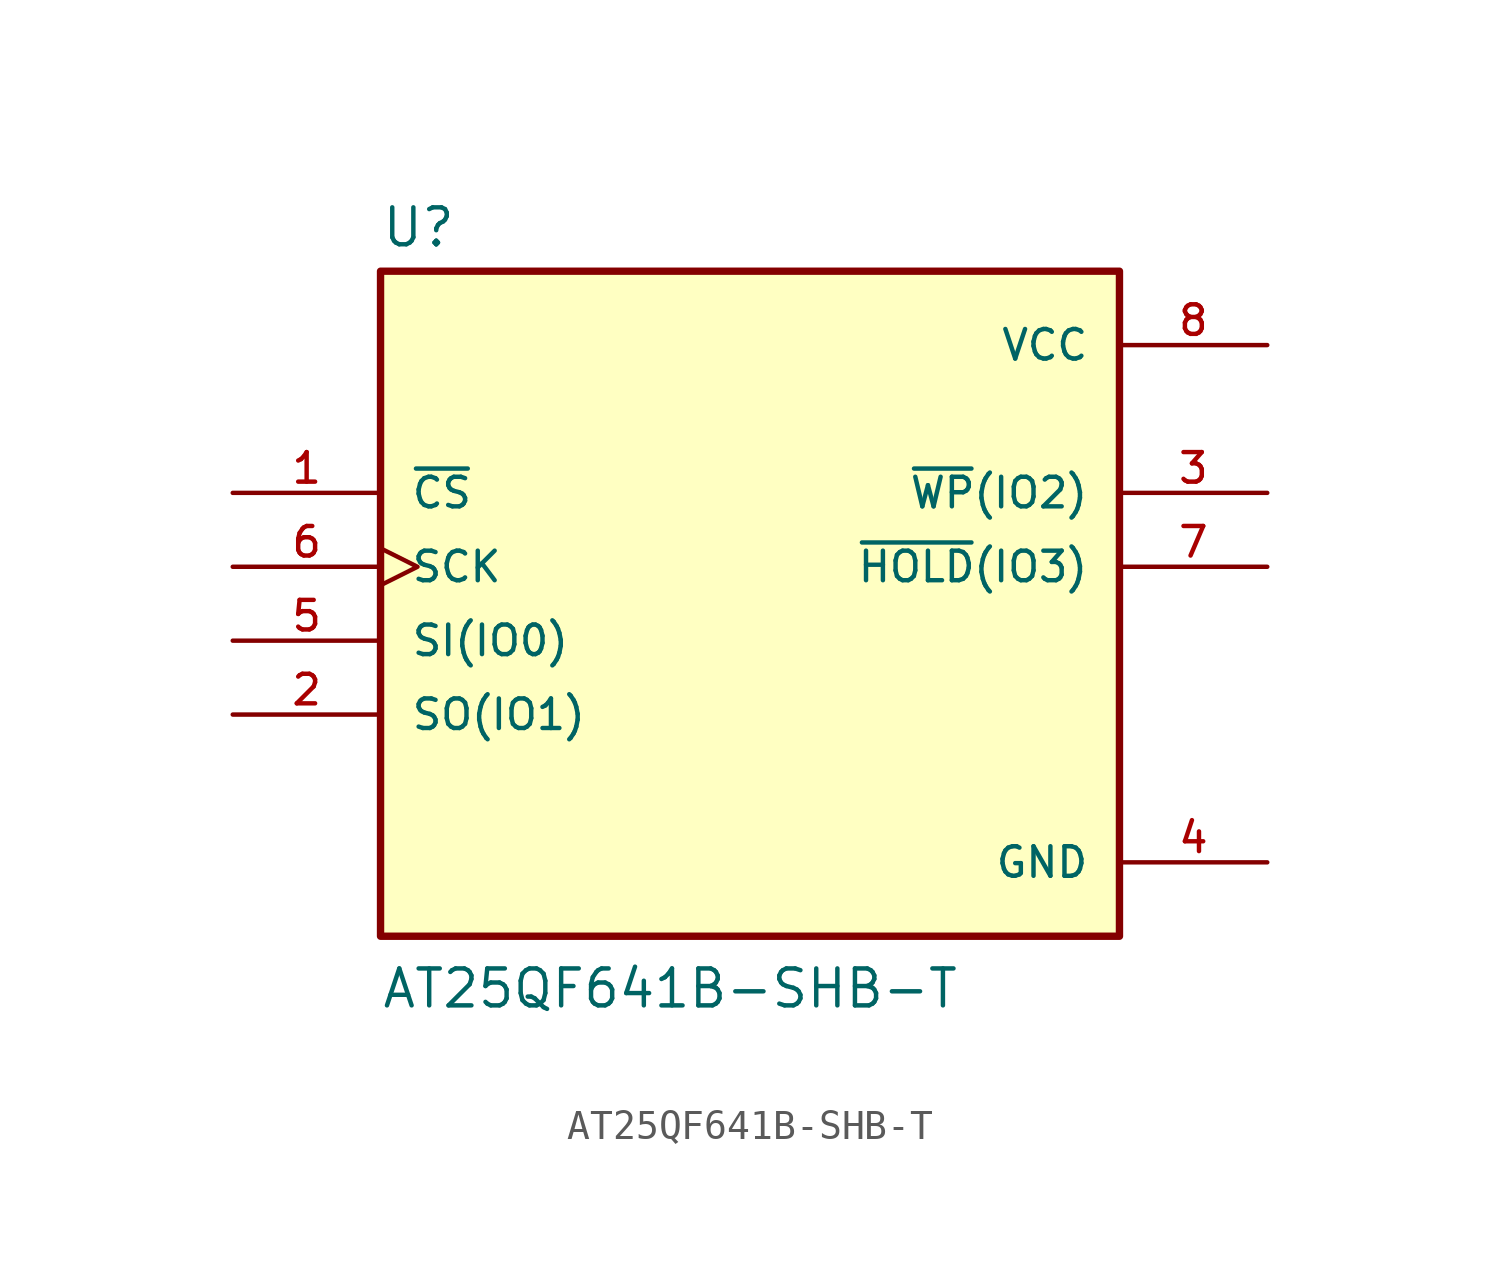
<source format=kicad_sym>
(kicad_symbol_lib
  (version 20211014)
  (generator kicad_symbol_editor)
  (symbol "AT25QF641B-SHB-T"
    (pin_names
      (offset 1.016))
    (property "Reference" "U"
      (at -12.7 13.462 0)
      (effects (font (size 1.27 1.27)) (justify bottom left)))
    (property "Value" "AT25QF641B-SHB-T"
      (at -12.7 -12.7 0)
      (effects (font (size 1.27 1.27)) (justify bottom left)))
    (symbol "AT25QF641B-SHB-T_0_0"
      (rectangle (start -12.7 -10.16) (end 12.7 12.7) (stroke (width 0.254)) (fill (type background)))
      (pin input line (at -17.78 5.08 0) (length 5.08) (name "~{CS}" (effects (font (size 1.016 1.016)))) (number "1" (effects (font (size 1.016 1.016)))))
      (pin bidirectional line (at -17.78 -2.54 0) (length 5.08) (name "SO(IO1)" (effects (font (size 1.016 1.016)))) (number "2" (effects (font (size 1.016 1.016)))))
      (pin bidirectional line (at 17.78 5.08 180.0) (length 5.08) (name "~{WP}(IO2)" (effects (font (size 1.016 1.016)))) (number "3" (effects (font (size 1.016 1.016)))))
      (pin power_in line (at 17.78 -7.62 180.0) (length 5.08) (name "GND" (effects (font (size 1.016 1.016)))) (number "4" (effects (font (size 1.016 1.016)))))
      (pin power_in line (at 17.78 10.16 180.0) (length 5.08) (name "VCC" (effects (font (size 1.016 1.016)))) (number "8" (effects (font (size 1.016 1.016)))))
      (pin bidirectional line (at 17.78 2.54 180.0) (length 5.08) (name "~{HOLD}(IO3)" (effects (font (size 1.016 1.016)))) (number "7" (effects (font (size 1.016 1.016)))))
      (pin input clock (at -17.78 2.54 0) (length 5.08) (name "SCK" (effects (font (size 1.016 1.016)))) (number "6" (effects (font (size 1.016 1.016)))))
      (pin bidirectional line (at -17.78 0.0 0) (length 5.08) (name "SI(IO0)" (effects (font (size 1.016 1.016)))) (number "5" (effects (font (size 1.016 1.016))))))))
</source>
